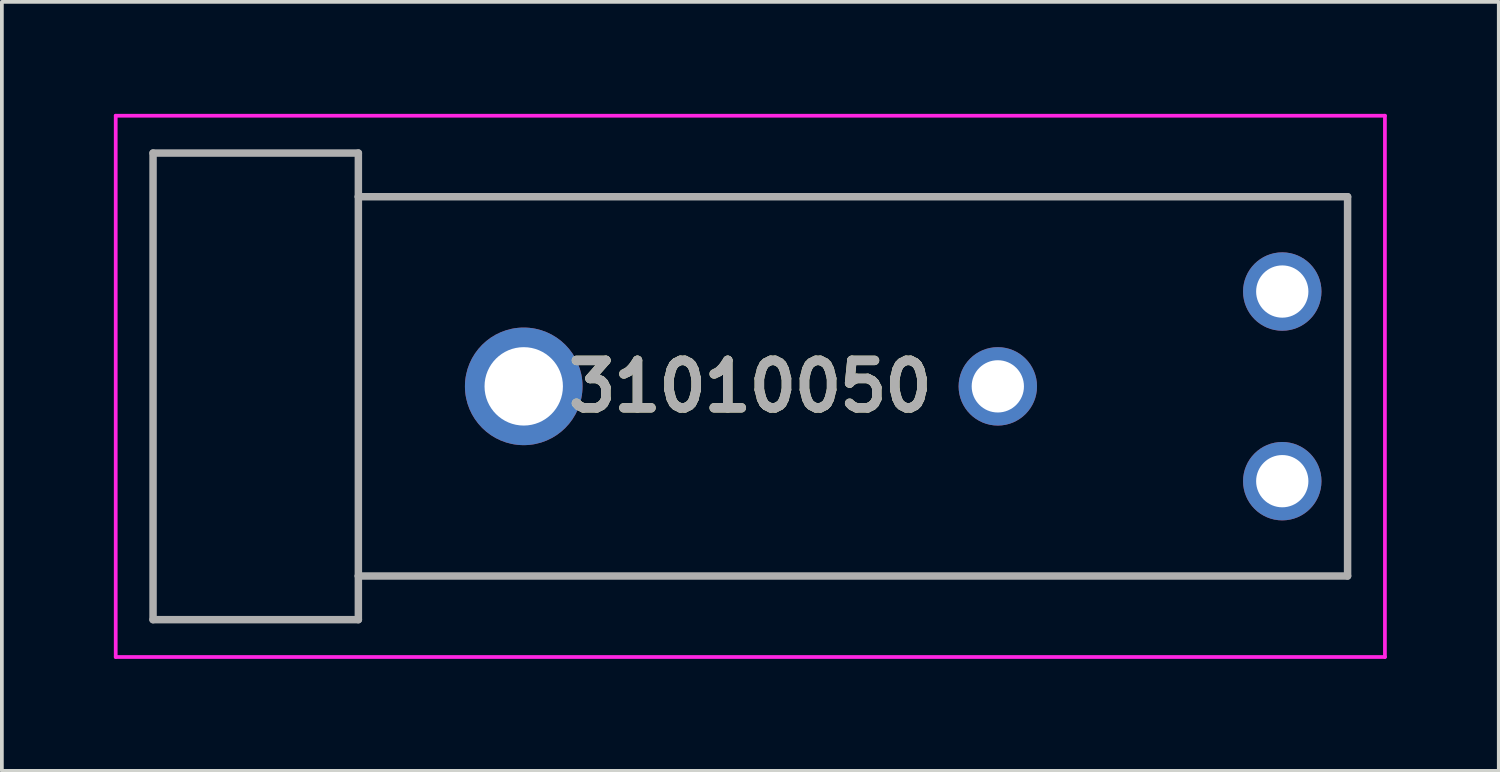
<source format=kicad_pcb>
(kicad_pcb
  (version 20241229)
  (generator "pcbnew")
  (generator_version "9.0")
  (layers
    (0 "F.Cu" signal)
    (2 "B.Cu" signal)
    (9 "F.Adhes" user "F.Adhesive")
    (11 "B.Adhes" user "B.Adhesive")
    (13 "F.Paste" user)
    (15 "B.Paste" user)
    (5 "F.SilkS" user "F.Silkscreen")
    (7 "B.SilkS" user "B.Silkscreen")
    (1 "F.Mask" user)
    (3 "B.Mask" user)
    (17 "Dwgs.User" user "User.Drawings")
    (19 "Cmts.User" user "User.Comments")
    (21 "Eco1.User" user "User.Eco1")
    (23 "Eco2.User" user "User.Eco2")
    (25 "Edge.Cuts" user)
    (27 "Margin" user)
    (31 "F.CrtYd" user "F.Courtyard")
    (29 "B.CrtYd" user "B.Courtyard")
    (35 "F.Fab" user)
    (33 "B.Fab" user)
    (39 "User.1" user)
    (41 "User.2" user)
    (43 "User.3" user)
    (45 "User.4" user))
  (footprint "31010050"
    (layer "F.Cu")
    (at 31.3 9.84)
    (property "Reference" "31010050" (at -14.25 -2.54 0) (layer "F.SilkS") (effects (font (size 1.27 1.27) (thickness 0.254))))
    (attr through_hole)
    (fp_line (start -24.75 -7.62) (end 1.75 -7.62) (stroke (width 0.1) (type solid)) (layer "F.SilkS"))
    (fp_line (start -24.75 2.54) (end -24.75 -7.62) (stroke (width 0.1) (type solid)) (layer "F.SilkS"))
    (fp_line (start 1.75 -7.62) (end 1.75 2.54) (stroke (width 0.1) (type solid)) (layer "F.SilkS"))
    (fp_line (start 1.75 2.54) (end -24.75 2.54) (stroke (width 0.1) (type solid)) (layer "F.SilkS"))
    (fp_line (start -31.25 -9.79) (end 2.75 -9.79) (stroke (width 0.1) (type solid)) (layer "F.CrtYd"))
    (fp_line (start -31.25 4.71) (end -31.25 -9.79) (stroke (width 0.1) (type solid)) (layer "F.CrtYd"))
    (fp_line (start 2.75 -9.79) (end 2.75 4.71) (stroke (width 0.1) (type solid)) (layer "F.CrtYd"))
    (fp_line (start 2.75 4.71) (end -31.25 4.71) (stroke (width 0.1) (type solid)) (layer "F.CrtYd"))
    (fp_line (start -30.25 -8.79) (end -30.25 3.71) (stroke (width 0.2) (type solid)) (layer "F.Fab"))
    (fp_line (start -30.25 3.71) (end -24.75 3.71) (stroke (width 0.2) (type solid)) (layer "F.Fab"))
    (fp_line (start -24.75 -8.79) (end -30.25 -8.79) (stroke (width 0.2) (type solid)) (layer "F.Fab"))
    (fp_line (start -24.75 -7.62) (end -24.75 -8.79) (stroke (width 0.2) (type solid)) (layer "F.Fab"))
    (fp_line (start -24.75 -7.62) (end 1.75 -7.62) (stroke (width 0.2) (type solid)) (layer "F.Fab"))
    (fp_line (start -24.75 2.54) (end -24.75 -7.62) (stroke (width 0.2) (type solid)) (layer "F.Fab"))
    (fp_line (start -24.75 3.71) (end -24.75 2.54) (stroke (width 0.2) (type solid)) (layer "F.Fab"))
    (fp_line (start 1.75 -7.62) (end 1.75 2.54) (stroke (width 0.2) (type solid)) (layer "F.Fab"))
    (fp_line (start 1.75 2.54) (end -24.75 2.54) (stroke (width 0.2) (type solid)) (layer "F.Fab"))
    (fp_text user "${REFERENCE}" (at -14.25 -2.54 0) (layer "F.Fab") (effects (font (size 1.27 1.27) (thickness 0.254))))
    (pad "1" thru_hole circle (at 0 0) (size 2.1 2.1) (drill 1.4) (layers "*.Cu" "*.Mask"))
    (pad "2" thru_hole circle (at 0 -5.08) (size 2.1 2.1) (drill 1.4) (layers "*.Cu" "*.Mask"))
    (pad "3" thru_hole circle (at -7.62 -2.54) (size 2.1 2.1) (drill 1.4) (layers "*.Cu" "*.Mask"))
    (pad "4" thru_hole circle (at -20.32 -2.54) (size 3.15 3.15) (drill 2.1) (layers "*.Cu" "*.Mask")))
  (gr_rect
    (start -3 -3)
    (end 37.1 17.6)
    (stroke (width 0.1) (type default))
    (fill no)
    (layer "Edge.Cuts")))
</source>
